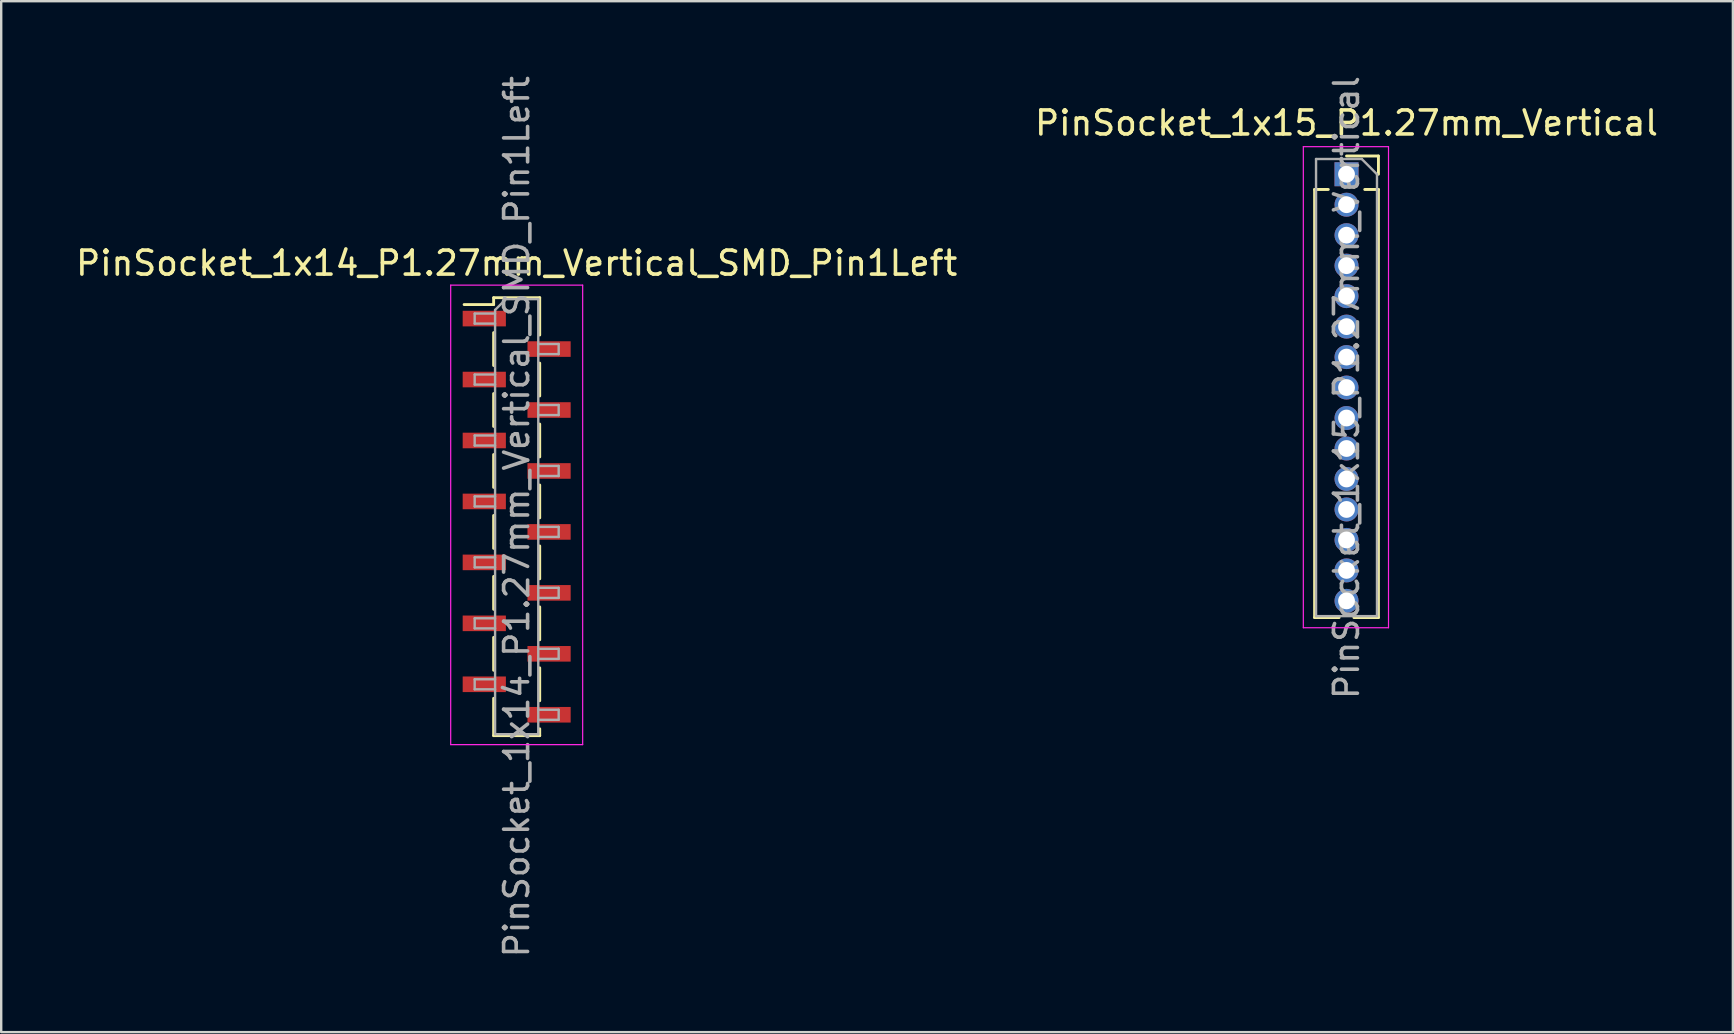
<source format=kicad_pcb>
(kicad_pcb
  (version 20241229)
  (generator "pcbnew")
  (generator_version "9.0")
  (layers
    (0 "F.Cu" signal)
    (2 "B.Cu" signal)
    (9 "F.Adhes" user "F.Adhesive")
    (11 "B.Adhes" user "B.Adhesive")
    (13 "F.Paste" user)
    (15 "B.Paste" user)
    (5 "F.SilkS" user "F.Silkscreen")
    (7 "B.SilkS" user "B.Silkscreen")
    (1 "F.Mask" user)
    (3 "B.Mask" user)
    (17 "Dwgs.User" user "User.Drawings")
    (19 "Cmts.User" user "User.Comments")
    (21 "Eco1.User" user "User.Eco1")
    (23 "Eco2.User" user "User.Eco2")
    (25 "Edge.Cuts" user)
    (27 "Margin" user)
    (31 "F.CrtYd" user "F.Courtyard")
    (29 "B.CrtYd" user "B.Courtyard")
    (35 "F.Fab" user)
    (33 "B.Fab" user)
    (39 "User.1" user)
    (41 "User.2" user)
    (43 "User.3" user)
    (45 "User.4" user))
  (footprint "PinSocket_1x14_P1.27mm_Vertical_SMD_Pin1Left"
    (layer "F.Cu")
    (at 18.482 18.482)
    (property "Reference" "PinSocket_1x14_P1.27mm_Vertical_SMD_Pin1Left" (at 0 -10.565 0) (layer "F.SilkS") (effects (font (size 1 1) (thickness 0.15))))
    (attr smd)
    (fp_line (start -2.19 -8.84) (end -0.96 -8.84) (stroke (width 0.12) (type solid)) (layer "F.SilkS"))
    (fp_line (start -0.96 -9.125) (end -0.96 -8.84) (stroke (width 0.12) (type solid)) (layer "F.SilkS"))
    (fp_line (start -0.96 -9.125) (end 0.96 -9.125) (stroke (width 0.12) (type solid)) (layer "F.SilkS"))
    (fp_line (start -0.96 -7.67) (end -0.96 -6.3) (stroke (width 0.12) (type solid)) (layer "F.SilkS"))
    (fp_line (start -0.96 -5.13) (end -0.96 -3.76) (stroke (width 0.12) (type solid)) (layer "F.SilkS"))
    (fp_line (start -0.96 -2.59) (end -0.96 -1.22) (stroke (width 0.12) (type solid)) (layer "F.SilkS"))
    (fp_line (start -0.96 -0.05) (end -0.96 1.32) (stroke (width 0.12) (type solid)) (layer "F.SilkS"))
    (fp_line (start -0.96 2.49) (end -0.96 3.86) (stroke (width 0.12) (type solid)) (layer "F.SilkS"))
    (fp_line (start -0.96 5.03) (end -0.96 6.4) (stroke (width 0.12) (type solid)) (layer "F.SilkS"))
    (fp_line (start -0.96 7.57) (end -0.96 9.125) (stroke (width 0.12) (type solid)) (layer "F.SilkS"))
    (fp_line (start -0.96 9.125) (end 0.96 9.125) (stroke (width 0.12) (type solid)) (layer "F.SilkS"))
    (fp_line (start 0.96 -9.125) (end 0.96 -7.57) (stroke (width 0.12) (type solid)) (layer "F.SilkS"))
    (fp_line (start 0.96 -6.4) (end 0.96 -5.03) (stroke (width 0.12) (type solid)) (layer "F.SilkS"))
    (fp_line (start 0.96 -3.86) (end 0.96 -2.49) (stroke (width 0.12) (type solid)) (layer "F.SilkS"))
    (fp_line (start 0.96 -1.32) (end 0.96 0.05) (stroke (width 0.12) (type solid)) (layer "F.SilkS"))
    (fp_line (start 0.96 1.22) (end 0.96 2.59) (stroke (width 0.12) (type solid)) (layer "F.SilkS"))
    (fp_line (start 0.96 3.76) (end 0.96 5.13) (stroke (width 0.12) (type solid)) (layer "F.SilkS"))
    (fp_line (start 0.96 6.3) (end 0.96 7.67) (stroke (width 0.12) (type solid)) (layer "F.SilkS"))
    (fp_line (start 0.96 8.84) (end 0.96 9.125) (stroke (width 0.12) (type solid)) (layer "F.SilkS"))
    (fp_line (start -2.75 -9.65) (end 2.75 -9.65) (stroke (width 0.05) (type solid)) (layer "F.CrtYd"))
    (fp_line (start -2.75 9.5) (end -2.75 -9.65) (stroke (width 0.05) (type solid)) (layer "F.CrtYd"))
    (fp_line (start 2.75 -9.65) (end 2.75 9.5) (stroke (width 0.05) (type solid)) (layer "F.CrtYd"))
    (fp_line (start 2.75 9.5) (end -2.75 9.5) (stroke (width 0.05) (type solid)) (layer "F.CrtYd"))
    (fp_line (start -1.75 -8.465) (end -0.9 -8.465) (stroke (width 0.1) (type solid)) (layer "F.Fab"))
    (fp_line (start -1.75 -8.045) (end -1.75 -8.465) (stroke (width 0.1) (type solid)) (layer "F.Fab"))
    (fp_line (start -1.75 -5.925) (end -0.9 -5.925) (stroke (width 0.1) (type solid)) (layer "F.Fab"))
    (fp_line (start -1.75 -5.505) (end -1.75 -5.925) (stroke (width 0.1) (type solid)) (layer "F.Fab"))
    (fp_line (start -1.75 -3.385) (end -0.9 -3.385) (stroke (width 0.1) (type solid)) (layer "F.Fab"))
    (fp_line (start -1.75 -2.965) (end -1.75 -3.385) (stroke (width 0.1) (type solid)) (layer "F.Fab"))
    (fp_line (start -1.75 -0.845) (end -0.9 -0.845) (stroke (width 0.1) (type solid)) (layer "F.Fab"))
    (fp_line (start -1.75 -0.425) (end -1.75 -0.845) (stroke (width 0.1) (type solid)) (layer "F.Fab"))
    (fp_line (start -1.75 1.695) (end -0.9 1.695) (stroke (width 0.1) (type solid)) (layer "F.Fab"))
    (fp_line (start -1.75 2.115) (end -1.75 1.695) (stroke (width 0.1) (type solid)) (layer "F.Fab"))
    (fp_line (start -1.75 4.235) (end -0.9 4.235) (stroke (width 0.1) (type solid)) (layer "F.Fab"))
    (fp_line (start -1.75 4.655) (end -1.75 4.235) (stroke (width 0.1) (type solid)) (layer "F.Fab"))
    (fp_line (start -1.75 6.775) (end -0.9 6.775) (stroke (width 0.1) (type solid)) (layer "F.Fab"))
    (fp_line (start -1.75 7.195) (end -1.75 6.775) (stroke (width 0.1) (type solid)) (layer "F.Fab"))
    (fp_line (start -0.9 -8.615) (end -0.45 -9.065) (stroke (width 0.1) (type solid)) (layer "F.Fab"))
    (fp_line (start -0.9 -8.045) (end -1.75 -8.045) (stroke (width 0.1) (type solid)) (layer "F.Fab"))
    (fp_line (start -0.9 -5.505) (end -1.75 -5.505) (stroke (width 0.1) (type solid)) (layer "F.Fab"))
    (fp_line (start -0.9 -2.965) (end -1.75 -2.965) (stroke (width 0.1) (type solid)) (layer "F.Fab"))
    (fp_line (start -0.9 -0.425) (end -1.75 -0.425) (stroke (width 0.1) (type solid)) (layer "F.Fab"))
    (fp_line (start -0.9 2.115) (end -1.75 2.115) (stroke (width 0.1) (type solid)) (layer "F.Fab"))
    (fp_line (start -0.9 4.655) (end -1.75 4.655) (stroke (width 0.1) (type solid)) (layer "F.Fab"))
    (fp_line (start -0.9 7.195) (end -1.75 7.195) (stroke (width 0.1) (type solid)) (layer "F.Fab"))
    (fp_line (start -0.9 9.065) (end -0.9 -8.615) (stroke (width 0.1) (type solid)) (layer "F.Fab"))
    (fp_line (start -0.45 -9.065) (end 0.9 -9.065) (stroke (width 0.1) (type solid)) (layer "F.Fab"))
    (fp_line (start 0.9 -9.065) (end 0.9 9.065) (stroke (width 0.1) (type solid)) (layer "F.Fab"))
    (fp_line (start 0.9 -7.195) (end 1.75 -7.195) (stroke (width 0.1) (type solid)) (layer "F.Fab"))
    (fp_line (start 0.9 -4.655) (end 1.75 -4.655) (stroke (width 0.1) (type solid)) (layer "F.Fab"))
    (fp_line (start 0.9 -2.115) (end 1.75 -2.115) (stroke (width 0.1) (type solid)) (layer "F.Fab"))
    (fp_line (start 0.9 0.425) (end 1.75 0.425) (stroke (width 0.1) (type solid)) (layer "F.Fab"))
    (fp_line (start 0.9 2.965) (end 1.75 2.965) (stroke (width 0.1) (type solid)) (layer "F.Fab"))
    (fp_line (start 0.9 5.505) (end 1.75 5.505) (stroke (width 0.1) (type solid)) (layer "F.Fab"))
    (fp_line (start 0.9 8.045) (end 1.75 8.045) (stroke (width 0.1) (type solid)) (layer "F.Fab"))
    (fp_line (start 0.9 9.065) (end -0.9 9.065) (stroke (width 0.1) (type solid)) (layer "F.Fab"))
    (fp_line (start 1.75 -7.195) (end 1.75 -6.775) (stroke (width 0.1) (type solid)) (layer "F.Fab"))
    (fp_line (start 1.75 -6.775) (end 0.9 -6.775) (stroke (width 0.1) (type solid)) (layer "F.Fab"))
    (fp_line (start 1.75 -4.655) (end 1.75 -4.235) (stroke (width 0.1) (type solid)) (layer "F.Fab"))
    (fp_line (start 1.75 -4.235) (end 0.9 -4.235) (stroke (width 0.1) (type solid)) (layer "F.Fab"))
    (fp_line (start 1.75 -2.115) (end 1.75 -1.695) (stroke (width 0.1) (type solid)) (layer "F.Fab"))
    (fp_line (start 1.75 -1.695) (end 0.9 -1.695) (stroke (width 0.1) (type solid)) (layer "F.Fab"))
    (fp_line (start 1.75 0.425) (end 1.75 0.845) (stroke (width 0.1) (type solid)) (layer "F.Fab"))
    (fp_line (start 1.75 0.845) (end 0.9 0.845) (stroke (width 0.1) (type solid)) (layer "F.Fab"))
    (fp_line (start 1.75 2.965) (end 1.75 3.385) (stroke (width 0.1) (type solid)) (layer "F.Fab"))
    (fp_line (start 1.75 3.385) (end 0.9 3.385) (stroke (width 0.1) (type solid)) (layer "F.Fab"))
    (fp_line (start 1.75 5.505) (end 1.75 5.925) (stroke (width 0.1) (type solid)) (layer "F.Fab"))
    (fp_line (start 1.75 5.925) (end 0.9 5.925) (stroke (width 0.1) (type solid)) (layer "F.Fab"))
    (fp_line (start 1.75 8.045) (end 1.75 8.465) (stroke (width 0.1) (type solid)) (layer "F.Fab"))
    (fp_line (start 1.75 8.465) (end 0.9 8.465) (stroke (width 0.1) (type solid)) (layer "F.Fab"))
    (fp_text user "${REFERENCE}" (at 0 0 90) (layer "F.Fab") (effects (font (size 1 1) (thickness 0.15))))
    (pad "1" smd rect (at -1.35 -8.255) (size 1.8 0.65) (layers "F.Cu" "F.Mask" "F.Paste"))
    (pad "2" smd rect (at 1.35 -6.985) (size 1.8 0.65) (layers "F.Cu" "F.Mask" "F.Paste"))
    (pad "3" smd rect (at -1.35 -5.715) (size 1.8 0.65) (layers "F.Cu" "F.Mask" "F.Paste"))
    (pad "4" smd rect (at 1.35 -4.445) (size 1.8 0.65) (layers "F.Cu" "F.Mask" "F.Paste"))
    (pad "5" smd rect (at -1.35 -3.175) (size 1.8 0.65) (layers "F.Cu" "F.Mask" "F.Paste"))
    (pad "6" smd rect (at 1.35 -1.905) (size 1.8 0.65) (layers "F.Cu" "F.Mask" "F.Paste"))
    (pad "7" smd rect (at -1.35 -0.635) (size 1.8 0.65) (layers "F.Cu" "F.Mask" "F.Paste"))
    (pad "8" smd rect (at 1.35 0.635) (size 1.8 0.65) (layers "F.Cu" "F.Mask" "F.Paste"))
    (pad "9" smd rect (at -1.35 1.905) (size 1.8 0.65) (layers "F.Cu" "F.Mask" "F.Paste"))
    (pad "10" smd rect (at 1.35 3.175) (size 1.8 0.65) (layers "F.Cu" "F.Mask" "F.Paste"))
    (pad "11" smd rect (at -1.35 4.445) (size 1.8 0.65) (layers "F.Cu" "F.Mask" "F.Paste"))
    (pad "12" smd rect (at 1.35 5.715) (size 1.8 0.65) (layers "F.Cu" "F.Mask" "F.Paste"))
    (pad "13" smd rect (at -1.35 6.985) (size 1.8 0.65) (layers "F.Cu" "F.Mask" "F.Paste"))
    (pad "14" smd rect (at 1.35 8.255) (size 1.8 0.65) (layers "F.Cu" "F.Mask" "F.Paste")))
  (footprint "PinSocket_1x15_P1.27mm_Vertical"
    (layer "F.Cu")
    (at 53.065 4.211)
    (property "Reference" "PinSocket_1x15_P1.27mm_Vertical" (at 0 -2.135 0) (layer "F.SilkS") (effects (font (size 1 1) (thickness 0.15))))
    (attr through_hole)
    (fp_line (start -1.33 0.635) (end -1.33 18.475) (stroke (width 0.12) (type solid)) (layer "F.SilkS"))
    (fp_line (start -1.33 0.635) (end -0.76 0.635) (stroke (width 0.12) (type solid)) (layer "F.SilkS"))
    (fp_line (start -1.33 18.475) (end -0.308 18.475) (stroke (width 0.12) (type solid)) (layer "F.SilkS"))
    (fp_line (start 0 -0.76) (end 1.33 -0.76) (stroke (width 0.12) (type solid)) (layer "F.SilkS"))
    (fp_line (start 0.308 18.475) (end 1.33 18.475) (stroke (width 0.12) (type solid)) (layer "F.SilkS"))
    (fp_line (start 0.76 0.635) (end 1.33 0.635) (stroke (width 0.12) (type solid)) (layer "F.SilkS"))
    (fp_line (start 1.33 -0.76) (end 1.33 0) (stroke (width 0.12) (type solid)) (layer "F.SilkS"))
    (fp_line (start 1.33 0.635) (end 1.33 18.475) (stroke (width 0.12) (type solid)) (layer "F.SilkS"))
    (fp_line (start -1.8 -1.15) (end 1.75 -1.15) (stroke (width 0.05) (type solid)) (layer "F.CrtYd"))
    (fp_line (start -1.8 18.9) (end -1.8 -1.15) (stroke (width 0.05) (type solid)) (layer "F.CrtYd"))
    (fp_line (start 1.75 -1.15) (end 1.75 18.9) (stroke (width 0.05) (type solid)) (layer "F.CrtYd"))
    (fp_line (start 1.75 18.9) (end -1.8 18.9) (stroke (width 0.05) (type solid)) (layer "F.CrtYd"))
    (fp_line (start -1.27 -0.635) (end 0.635 -0.635) (stroke (width 0.1) (type solid)) (layer "F.Fab"))
    (fp_line (start -1.27 18.415) (end -1.27 -0.635) (stroke (width 0.1) (type solid)) (layer "F.Fab"))
    (fp_line (start 0.635 -0.635) (end 1.27 0) (stroke (width 0.1) (type solid)) (layer "F.Fab"))
    (fp_line (start 1.27 0) (end 1.27 18.415) (stroke (width 0.1) (type solid)) (layer "F.Fab"))
    (fp_line (start 1.27 18.415) (end -1.27 18.415) (stroke (width 0.1) (type solid)) (layer "F.Fab"))
    (fp_text user "${REFERENCE}" (at 0 8.89 90) (layer "F.Fab") (effects (font (size 1 1) (thickness 0.15))))
    (pad "1" thru_hole rect (at 0 0) (size 1 1) (drill 0.7) (layers "*.Cu" "*.Mask"))
    (pad "2" thru_hole circle (at 0 1.27) (size 1 1) (drill 0.7) (layers "*.Cu" "*.Mask"))
    (pad "3" thru_hole circle (at 0 2.54) (size 1 1) (drill 0.7) (layers "*.Cu" "*.Mask"))
    (pad "4" thru_hole circle (at 0 3.81) (size 1 1) (drill 0.7) (layers "*.Cu" "*.Mask"))
    (pad "5" thru_hole circle (at 0 5.08) (size 1 1) (drill 0.7) (layers "*.Cu" "*.Mask"))
    (pad "6" thru_hole circle (at 0 6.35) (size 1 1) (drill 0.7) (layers "*.Cu" "*.Mask"))
    (pad "7" thru_hole circle (at 0 7.62) (size 1 1) (drill 0.7) (layers "*.Cu" "*.Mask"))
    (pad "8" thru_hole circle (at 0 8.89) (size 1 1) (drill 0.7) (layers "*.Cu" "*.Mask"))
    (pad "9" thru_hole circle (at 0 10.16) (size 1 1) (drill 0.7) (layers "*.Cu" "*.Mask"))
    (pad "10" thru_hole circle (at 0 11.43) (size 1 1) (drill 0.7) (layers "*.Cu" "*.Mask"))
    (pad "11" thru_hole circle (at 0 12.7) (size 1 1) (drill 0.7) (layers "*.Cu" "*.Mask"))
    (pad "12" thru_hole circle (at 0 13.97) (size 1 1) (drill 0.7) (layers "*.Cu" "*.Mask"))
    (pad "13" thru_hole circle (at 0 15.24) (size 1 1) (drill 0.7) (layers "*.Cu" "*.Mask"))
    (pad "14" thru_hole circle (at 0 16.51) (size 1 1) (drill 0.7) (layers "*.Cu" "*.Mask"))
    (pad "15" thru_hole circle (at 0 17.78) (size 1 1) (drill 0.7) (layers "*.Cu" "*.Mask")))
  (gr_rect
    (start -3 -3)
    (end 69.167 39.964)
    (stroke (width 0.1) (type default))
    (fill no)
    (layer "Edge.Cuts")))
</source>
